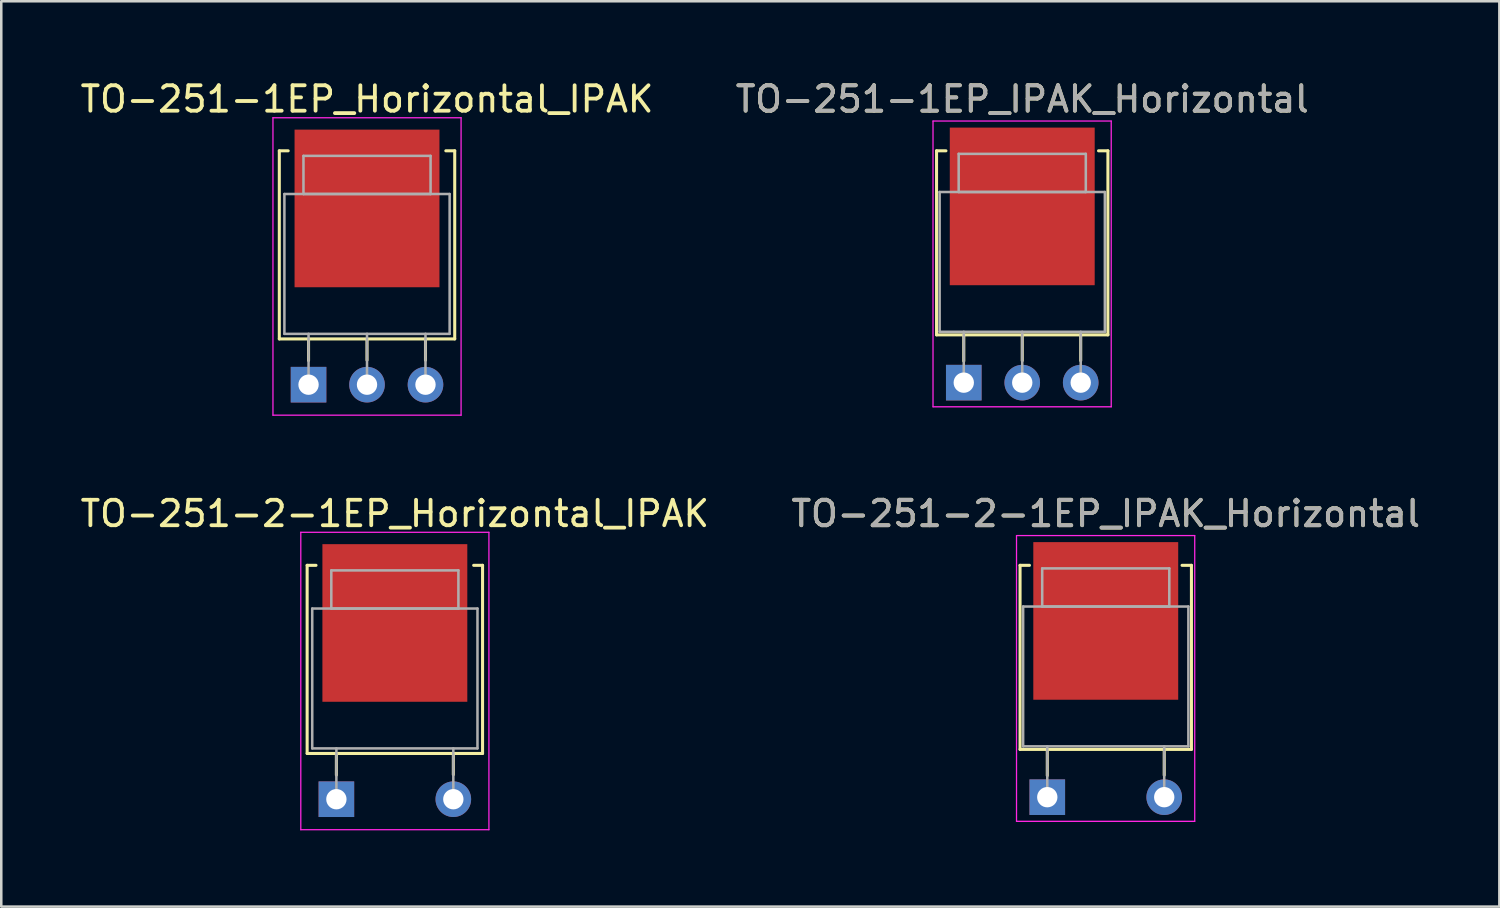
<source format=kicad_pcb>
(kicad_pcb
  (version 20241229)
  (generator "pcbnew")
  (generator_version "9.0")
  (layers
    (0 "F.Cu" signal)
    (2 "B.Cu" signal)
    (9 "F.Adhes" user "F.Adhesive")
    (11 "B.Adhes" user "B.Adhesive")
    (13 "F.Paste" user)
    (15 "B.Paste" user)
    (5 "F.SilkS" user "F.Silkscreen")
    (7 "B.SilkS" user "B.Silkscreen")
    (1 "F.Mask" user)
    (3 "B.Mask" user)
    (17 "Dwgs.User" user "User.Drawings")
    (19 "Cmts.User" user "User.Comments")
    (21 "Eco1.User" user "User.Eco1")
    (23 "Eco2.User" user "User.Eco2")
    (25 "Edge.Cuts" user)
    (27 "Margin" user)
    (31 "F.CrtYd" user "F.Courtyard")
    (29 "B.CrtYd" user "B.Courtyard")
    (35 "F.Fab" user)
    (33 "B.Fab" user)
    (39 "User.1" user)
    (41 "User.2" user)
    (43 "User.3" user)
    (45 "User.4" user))
  (footprint "TO-251-2-1EP_Horizontal_IPAK"
    (layer "F.Cu")
    (at 10.182 28.388)
    (property "Reference" "TO-251-2-1EP_Horizontal_IPAK" (at 2.3 -11.233 0) (layer "F.SilkS") (effects (font (size 1 1) (thickness 0.15))))
    (attr through_hole)
    (fp_line (start -1.15 -9.2) (end -1.15 -1.8) (stroke (width 0.12) (type solid)) (layer "F.SilkS"))
    (fp_line (start -1.15 -9.2) (end -0.801 -9.2) (stroke (width 0.12) (type solid)) (layer "F.SilkS"))
    (fp_line (start -1.15 -1.8) (end 5.75 -1.8) (stroke (width 0.12) (type solid)) (layer "F.SilkS"))
    (fp_line (start 0 -1.8) (end 0 -0.95) (stroke (width 0.12) (type solid)) (layer "F.SilkS"))
    (fp_line (start 4.6 -1.8) (end 4.6 -0.965) (stroke (width 0.12) (type solid)) (layer "F.SilkS"))
    (fp_line (start 5.4 -9.2) (end 5.75 -9.2) (stroke (width 0.12) (type solid)) (layer "F.SilkS"))
    (fp_line (start 5.75 -9.2) (end 5.75 -1.8) (stroke (width 0.12) (type solid)) (layer "F.SilkS"))
    (fp_line (start -1.4 -10.5) (end -1.4 1.2) (stroke (width 0.05) (type solid)) (layer "F.CrtYd"))
    (fp_line (start -1.4 1.2) (end 6 1.2) (stroke (width 0.05) (type solid)) (layer "F.CrtYd"))
    (fp_line (start 6 -10.5) (end -1.4 -10.5) (stroke (width 0.05) (type solid)) (layer "F.CrtYd"))
    (fp_line (start 6 1.2) (end 6 -10.5) (stroke (width 0.05) (type solid)) (layer "F.CrtYd"))
    (fp_line (start -0.95 -7.5) (end 5.55 -7.5) (stroke (width 0.1) (type solid)) (layer "F.Fab"))
    (fp_line (start -0.95 -2) (end -0.95 -7.5) (stroke (width 0.1) (type solid)) (layer "F.Fab"))
    (fp_line (start -0.2 -9) (end 4.8 -9) (stroke (width 0.1) (type solid)) (layer "F.Fab"))
    (fp_line (start -0.2 -7.5) (end -0.2 -9) (stroke (width 0.1) (type solid)) (layer "F.Fab"))
    (fp_line (start 0 -2) (end 0 0) (stroke (width 0.1) (type solid)) (layer "F.Fab"))
    (fp_line (start 4.6 -2) (end 4.6 0) (stroke (width 0.1) (type solid)) (layer "F.Fab"))
    (fp_line (start 4.8 -9) (end 4.8 -7.5) (stroke (width 0.1) (type solid)) (layer "F.Fab"))
    (fp_line (start 4.8 -7.5) (end -0.2 -7.5) (stroke (width 0.1) (type solid)) (layer "F.Fab"))
    (fp_line (start 5.55 -7.5) (end 5.55 -2) (stroke (width 0.1) (type solid)) (layer "F.Fab"))
    (fp_line (start 5.55 -2) (end -0.95 -2) (stroke (width 0.1) (type solid)) (layer "F.Fab"))
    (pad "1" thru_hole rect (at 0 0) (size 1.4 1.4) (drill 0.8) (layers "*.Cu" "*.Mask"))
    (pad "2" thru_hole oval (at 4.6 0) (size 1.4 1.4) (drill 0.8) (layers "*.Cu" "*.Mask"))
    (pad "3" smd rect (at 2.3 -6.933) (size 5.7 6.2) (layers "F.Cu" "F.Mask")))
  (footprint "TO-251-1EP_Horizontal_IPAK"
    (layer "F.Cu")
    (at 9.087 12.082)
    (property "Reference" "TO-251-1EP_Horizontal_IPAK" (at 2.3 -11.233 0) (layer "F.SilkS") (effects (font (size 1 1) (thickness 0.15))))
    (attr through_hole)
    (fp_line (start -1.15 -9.2) (end -1.15 -1.8) (stroke (width 0.12) (type solid)) (layer "F.SilkS"))
    (fp_line (start -1.15 -9.2) (end -0.801 -9.2) (stroke (width 0.12) (type solid)) (layer "F.SilkS"))
    (fp_line (start -1.15 -1.8) (end 5.75 -1.8) (stroke (width 0.12) (type solid)) (layer "F.SilkS"))
    (fp_line (start 0 -1.8) (end 0 -0.95) (stroke (width 0.12) (type solid)) (layer "F.SilkS"))
    (fp_line (start 2.3 -1.8) (end 2.3 -0.965) (stroke (width 0.12) (type solid)) (layer "F.SilkS"))
    (fp_line (start 4.6 -1.8) (end 4.6 -0.965) (stroke (width 0.12) (type solid)) (layer "F.SilkS"))
    (fp_line (start 5.4 -9.2) (end 5.75 -9.2) (stroke (width 0.12) (type solid)) (layer "F.SilkS"))
    (fp_line (start 5.75 -9.2) (end 5.75 -1.8) (stroke (width 0.12) (type solid)) (layer "F.SilkS"))
    (fp_line (start -1.4 -10.5) (end -1.4 1.2) (stroke (width 0.05) (type solid)) (layer "F.CrtYd"))
    (fp_line (start -1.4 1.2) (end 6 1.2) (stroke (width 0.05) (type solid)) (layer "F.CrtYd"))
    (fp_line (start 6 -10.5) (end -1.4 -10.5) (stroke (width 0.05) (type solid)) (layer "F.CrtYd"))
    (fp_line (start 6 1.2) (end 6 -10.5) (stroke (width 0.05) (type solid)) (layer "F.CrtYd"))
    (fp_line (start -0.95 -7.5) (end 5.55 -7.5) (stroke (width 0.1) (type solid)) (layer "F.Fab"))
    (fp_line (start -0.95 -2) (end -0.95 -7.5) (stroke (width 0.1) (type solid)) (layer "F.Fab"))
    (fp_line (start -0.2 -9) (end 4.8 -9) (stroke (width 0.1) (type solid)) (layer "F.Fab"))
    (fp_line (start -0.2 -7.5) (end -0.2 -9) (stroke (width 0.1) (type solid)) (layer "F.Fab"))
    (fp_line (start 0 -2) (end 0 0) (stroke (width 0.1) (type solid)) (layer "F.Fab"))
    (fp_line (start 2.3 -2) (end 2.3 0) (stroke (width 0.1) (type solid)) (layer "F.Fab"))
    (fp_line (start 4.6 -2) (end 4.6 0) (stroke (width 0.1) (type solid)) (layer "F.Fab"))
    (fp_line (start 4.8 -9) (end 4.8 -7.5) (stroke (width 0.1) (type solid)) (layer "F.Fab"))
    (fp_line (start 4.8 -7.5) (end -0.2 -7.5) (stroke (width 0.1) (type solid)) (layer "F.Fab"))
    (fp_line (start 5.55 -7.5) (end 5.55 -2) (stroke (width 0.1) (type solid)) (layer "F.Fab"))
    (fp_line (start 5.55 -2) (end -0.95 -2) (stroke (width 0.1) (type solid)) (layer "F.Fab"))
    (pad "1" thru_hole rect (at 0 0) (size 1.4 1.4) (drill 0.8) (layers "*.Cu" "*.Mask"))
    (pad "2" thru_hole oval (at 2.3 0) (size 1.4 1.4) (drill 0.8) (layers "*.Cu" "*.Mask"))
    (pad "3" thru_hole oval (at 4.6 0) (size 1.4 1.4) (drill 0.8) (layers "*.Cu" "*.Mask"))
    (pad "4" smd rect (at 2.3 -6.933) (size 5.7 6.2) (layers "F.Cu" "F.Mask")))
  (footprint "TO-251-1EP_IPAK_Horizontal"
    (layer "F.Cu")
    (at 34.861 12.002)
    (property "Reference" "TO-251-1EP_IPAK_Horizontal" (at 2.3 -11.153 0) (layer "F.SilkS") (effects (font (size 1 1) (thickness 0.15))))
    (attr through_hole)
    (fp_line (start -1.071 -9.12) (end -1.071 -1.88) (stroke (width 0.12) (type solid)) (layer "F.SilkS"))
    (fp_line (start -1.071 -9.12) (end -0.701 -9.12) (stroke (width 0.12) (type solid)) (layer "F.SilkS"))
    (fp_line (start -1.071 -1.88) (end 5.67 -1.88) (stroke (width 0.12) (type solid)) (layer "F.SilkS"))
    (fp_line (start 0 -1.88) (end 0 -0.85) (stroke (width 0.12) (type solid)) (layer "F.SilkS"))
    (fp_line (start 2.3 -1.88) (end 2.3 -0.866) (stroke (width 0.12) (type solid)) (layer "F.SilkS"))
    (fp_line (start 4.6 -1.88) (end 4.6 -0.866) (stroke (width 0.12) (type solid)) (layer "F.SilkS"))
    (fp_line (start 5.301 -9.12) (end 5.67 -9.12) (stroke (width 0.12) (type solid)) (layer "F.SilkS"))
    (fp_line (start 5.67 -9.12) (end 5.67 -1.88) (stroke (width 0.12) (type solid)) (layer "F.SilkS"))
    (fp_line (start -1.21 -10.29) (end -1.21 0.95) (stroke (width 0.05) (type solid)) (layer "F.CrtYd"))
    (fp_line (start -1.21 0.95) (end 5.8 0.95) (stroke (width 0.05) (type solid)) (layer "F.CrtYd"))
    (fp_line (start 5.8 -10.29) (end -1.21 -10.29) (stroke (width 0.05) (type solid)) (layer "F.CrtYd"))
    (fp_line (start 5.8 0.95) (end 5.8 -10.29) (stroke (width 0.05) (type solid)) (layer "F.CrtYd"))
    (fp_line (start -0.95 -7.5) (end 5.55 -7.5) (stroke (width 0.1) (type solid)) (layer "F.Fab"))
    (fp_line (start -0.95 -2) (end -0.95 -7.5) (stroke (width 0.1) (type solid)) (layer "F.Fab"))
    (fp_line (start -0.2 -9) (end 4.8 -9) (stroke (width 0.1) (type solid)) (layer "F.Fab"))
    (fp_line (start -0.2 -7.5) (end -0.2 -9) (stroke (width 0.1) (type solid)) (layer "F.Fab"))
    (fp_line (start 0 -2) (end 0 0) (stroke (width 0.1) (type solid)) (layer "F.Fab"))
    (fp_line (start 2.3 -2) (end 2.3 0) (stroke (width 0.1) (type solid)) (layer "F.Fab"))
    (fp_line (start 4.6 -2) (end 4.6 0) (stroke (width 0.1) (type solid)) (layer "F.Fab"))
    (fp_line (start 4.8 -9) (end 4.8 -7.5) (stroke (width 0.1) (type solid)) (layer "F.Fab"))
    (fp_line (start 4.8 -7.5) (end -0.2 -7.5) (stroke (width 0.1) (type solid)) (layer "F.Fab"))
    (fp_line (start 5.55 -7.5) (end 5.55 -2) (stroke (width 0.1) (type solid)) (layer "F.Fab"))
    (fp_line (start 5.55 -2) (end -0.95 -2) (stroke (width 0.1) (type solid)) (layer "F.Fab"))
    (fp_text user "${REFERENCE}" (at 2.3 -11.153 0) (layer "F.Fab") (effects (font (size 1 1) (thickness 0.15))))
    (pad "1" thru_hole rect (at 0 0) (size 1.4 1.4) (drill 0.8) (layers "*.Cu" "*.Mask"))
    (pad "2" thru_hole oval (at 2.3 0) (size 1.4 1.4) (drill 0.8) (layers "*.Cu" "*.Mask"))
    (pad "3" thru_hole oval (at 4.6 0) (size 1.4 1.4) (drill 0.8) (layers "*.Cu" "*.Mask"))
    (pad "4" smd rect (at 2.3 -6.933) (size 5.7 6.2) (layers "F.Cu" "F.Mask")))
  (footprint "TO-251-2-1EP_IPAK_Horizontal"
    (layer "F.Cu")
    (at 38.146 28.308)
    (property "Reference" "TO-251-2-1EP_IPAK_Horizontal" (at 2.3 -11.153 0) (layer "F.SilkS") (effects (font (size 1 1) (thickness 0.15))))
    (attr through_hole)
    (fp_line (start -1.071 -9.12) (end -1.071 -1.88) (stroke (width 0.12) (type solid)) (layer "F.SilkS"))
    (fp_line (start -1.071 -9.12) (end -0.701 -9.12) (stroke (width 0.12) (type solid)) (layer "F.SilkS"))
    (fp_line (start -1.071 -1.88) (end 5.67 -1.88) (stroke (width 0.12) (type solid)) (layer "F.SilkS"))
    (fp_line (start 0 -1.88) (end 0 -0.85) (stroke (width 0.12) (type solid)) (layer "F.SilkS"))
    (fp_line (start 4.6 -1.88) (end 4.6 -0.866) (stroke (width 0.12) (type solid)) (layer "F.SilkS"))
    (fp_line (start 5.301 -9.12) (end 5.67 -9.12) (stroke (width 0.12) (type solid)) (layer "F.SilkS"))
    (fp_line (start 5.67 -9.12) (end 5.67 -1.88) (stroke (width 0.12) (type solid)) (layer "F.SilkS"))
    (fp_line (start -1.21 -10.29) (end -1.21 0.95) (stroke (width 0.05) (type solid)) (layer "F.CrtYd"))
    (fp_line (start -1.21 0.95) (end 5.8 0.95) (stroke (width 0.05) (type solid)) (layer "F.CrtYd"))
    (fp_line (start 5.8 -10.29) (end -1.21 -10.29) (stroke (width 0.05) (type solid)) (layer "F.CrtYd"))
    (fp_line (start 5.8 0.95) (end 5.8 -10.29) (stroke (width 0.05) (type solid)) (layer "F.CrtYd"))
    (fp_line (start -0.95 -7.5) (end 5.55 -7.5) (stroke (width 0.1) (type solid)) (layer "F.Fab"))
    (fp_line (start -0.95 -2) (end -0.95 -7.5) (stroke (width 0.1) (type solid)) (layer "F.Fab"))
    (fp_line (start -0.2 -9) (end 4.8 -9) (stroke (width 0.1) (type solid)) (layer "F.Fab"))
    (fp_line (start -0.2 -7.5) (end -0.2 -9) (stroke (width 0.1) (type solid)) (layer "F.Fab"))
    (fp_line (start 0 -2) (end 0 0) (stroke (width 0.1) (type solid)) (layer "F.Fab"))
    (fp_line (start 4.6 -2) (end 4.6 0) (stroke (width 0.1) (type solid)) (layer "F.Fab"))
    (fp_line (start 4.8 -9) (end 4.8 -7.5) (stroke (width 0.1) (type solid)) (layer "F.Fab"))
    (fp_line (start 4.8 -7.5) (end -0.2 -7.5) (stroke (width 0.1) (type solid)) (layer "F.Fab"))
    (fp_line (start 5.55 -7.5) (end 5.55 -2) (stroke (width 0.1) (type solid)) (layer "F.Fab"))
    (fp_line (start 5.55 -2) (end -0.95 -2) (stroke (width 0.1) (type solid)) (layer "F.Fab"))
    (fp_text user "${REFERENCE}" (at 2.3 -11.153 0) (layer "F.Fab") (effects (font (size 1 1) (thickness 0.15))))
    (pad "1" thru_hole rect (at 0 0) (size 1.4 1.4) (drill 0.8) (layers "*.Cu" "*.Mask"))
    (pad "2" thru_hole oval (at 4.6 0) (size 1.4 1.4) (drill 0.8) (layers "*.Cu" "*.Mask"))
    (pad "3" smd rect (at 2.3 -6.933) (size 5.7 6.2) (layers "F.Cu" "F.Mask")))
  (gr_rect
    (start -3 -3)
    (end 55.929 32.613)
    (stroke (width 0.1) (type default))
    (fill no)
    (layer "Edge.Cuts")))
</source>
